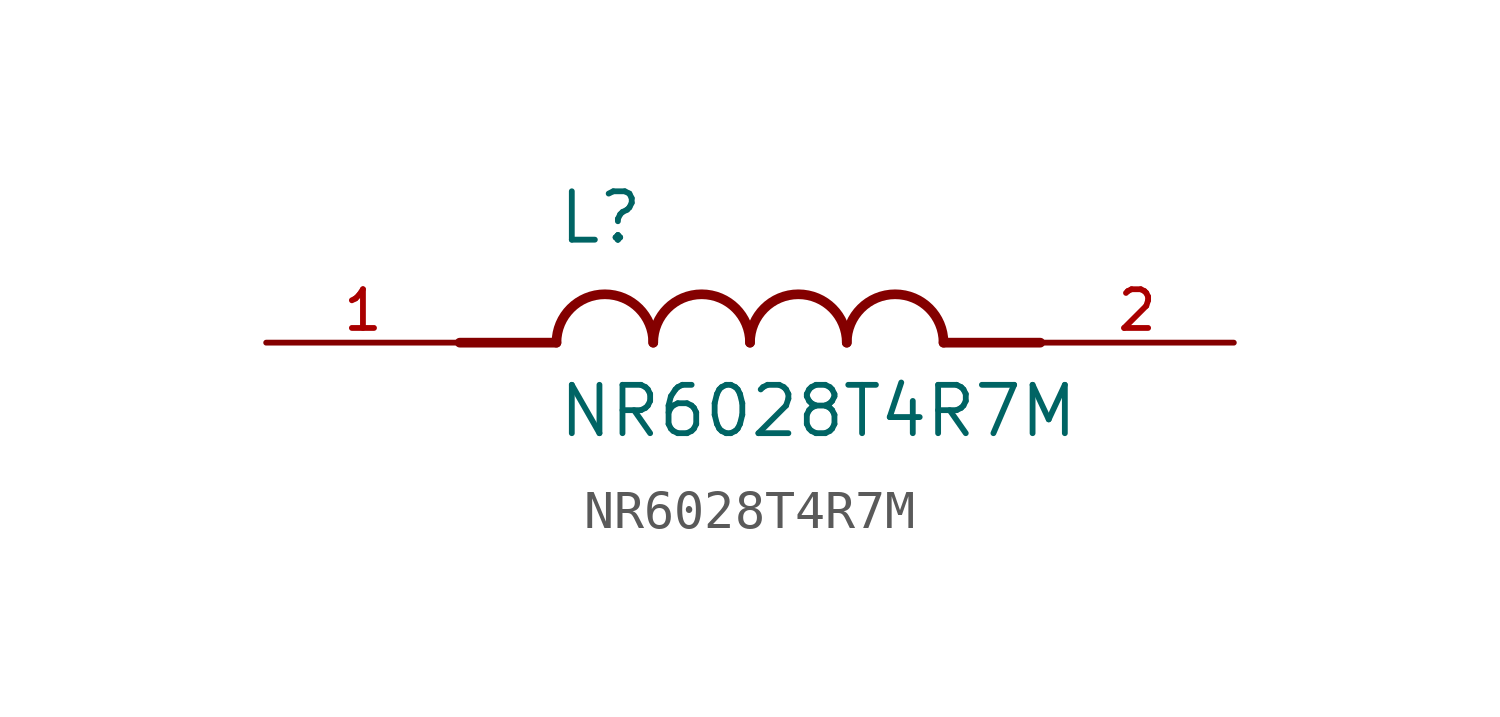
<source format=kicad_sym>
(kicad_symbol_lib
  (version 20211014)
  (generator kicad_symbol_editor)
  (symbol "NR6028T4R7M"
    (pin_names
      (offset 1.016))
    (property "Reference" "L"
      (at -5.08 2.54 0)
      (effects (font (size 1.27 1.27)) (justify bottom left)))
    (property "Value" "NR6028T4R7M"
      (at -5.08 -2.54 0)
      (effects (font (size 1.27 1.27)) (justify bottom left)))
    (symbol "NR6028T4R7M_0_0"
      (polyline (pts (xy -5.08 0.0) (xy -7.62 0.0)) (stroke (width 0.254)))
      (polyline (pts (xy 5.08 0.0) (xy 7.62 0.0)) (stroke (width 0.254)))
      (arc (start -2.54 0.0) (mid -3.81 1.27) (end -5.08 0.0) (stroke (width 0.254) (type default) (color 0 0 0 0)) (fill (type none)))
      (arc (start 0.0 0.0) (mid -1.27 1.27) (end -2.54 0.0) (stroke (width 0.254) (type default) (color 0 0 0 0)) (fill (type none)))
      (arc (start 2.54 0.0) (mid 1.27 1.27) (end 0.0 0.0) (stroke (width 0.254) (type default) (color 0 0 0 0)) (fill (type none)))
      (arc (start 5.08 0.0) (mid 3.81 1.27) (end 2.54 0.0) (stroke (width 0.254) (type default) (color 0 0 0 0)) (fill (type none)))
      (pin passive line (at -12.7 0.0 0) (length 5.08) (name "~" (effects (font (size 1.016 1.016)))) (number "1" (effects (font (size 1.016 1.016)))))
      (pin passive line (at 12.7 0.0 180.0) (length 5.08) (name "~" (effects (font (size 1.016 1.016)))) (number "2" (effects (font (size 1.016 1.016))))))))
</source>
